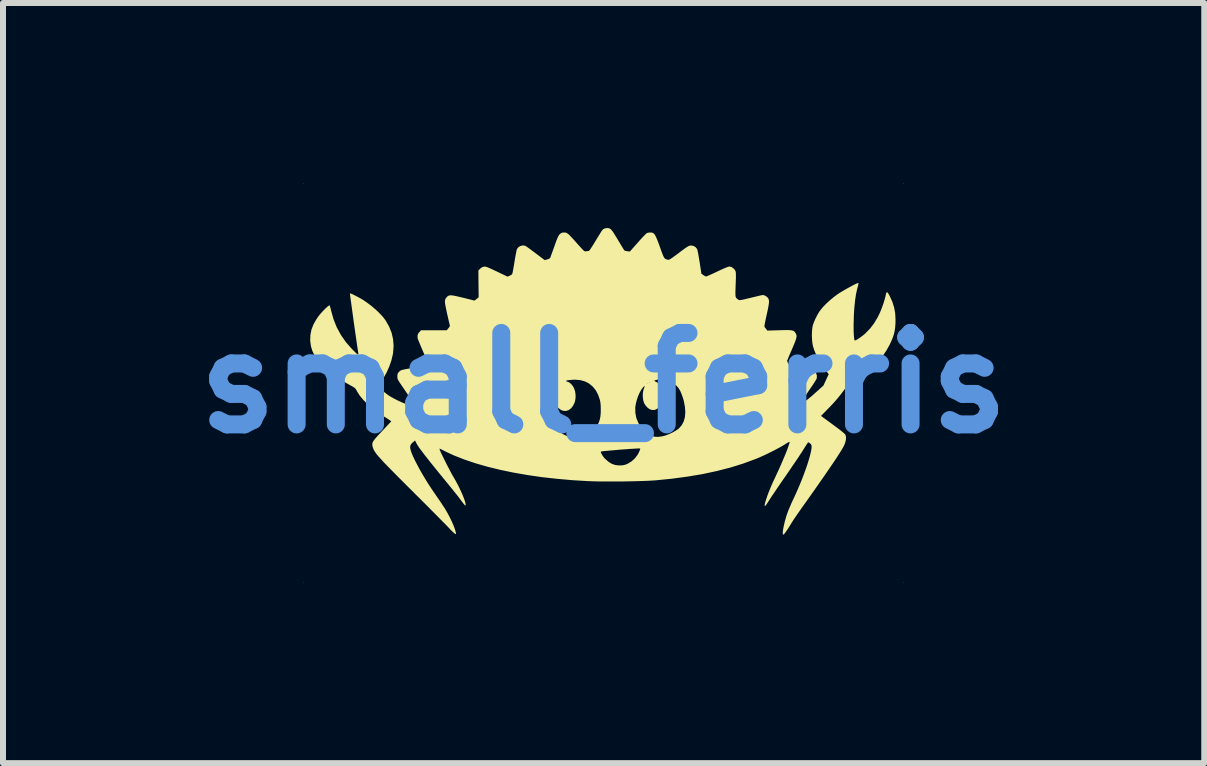
<source format=kicad_pcb>
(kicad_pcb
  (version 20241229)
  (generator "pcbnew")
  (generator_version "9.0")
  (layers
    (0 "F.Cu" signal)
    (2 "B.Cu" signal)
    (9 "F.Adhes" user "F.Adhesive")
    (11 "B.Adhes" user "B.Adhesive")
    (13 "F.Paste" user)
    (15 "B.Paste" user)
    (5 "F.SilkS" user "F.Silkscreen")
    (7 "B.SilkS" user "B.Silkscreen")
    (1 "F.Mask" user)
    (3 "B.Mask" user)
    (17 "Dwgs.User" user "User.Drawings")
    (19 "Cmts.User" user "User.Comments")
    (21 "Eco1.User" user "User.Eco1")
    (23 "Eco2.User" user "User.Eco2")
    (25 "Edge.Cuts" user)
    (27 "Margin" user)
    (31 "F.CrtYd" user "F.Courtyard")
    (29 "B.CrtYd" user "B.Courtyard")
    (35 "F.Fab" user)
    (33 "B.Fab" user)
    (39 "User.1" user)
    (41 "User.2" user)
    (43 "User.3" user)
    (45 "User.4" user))
  (footprint "small_ferris"
    (layer "F.Cu")
    (at 7.01 3.334)
    (property "Reference" "small_ferris" (at 0 0 0) (layer "Cmts.User") (effects (font (size 1.524 1.524) (thickness 0.3))))
    (attr board_only exclude_from_pos_files exclude_from_bom)
    (fp_poly (pts (xy -4.992 -3.33) (xy -4.996 -3.326) (xy -5 -3.33) (xy -4.996 -3.334)) (stroke (width 0) (type solid)) (fill yes) (layer "F.SilkS"))
    (fp_poly (pts (xy -4.992 3.33) (xy -4.996 3.334) (xy -5 3.33) (xy -4.996 3.326)) (stroke (width 0) (type solid)) (fill yes) (layer "F.SilkS"))
    (fp_poly (pts (xy 5 -3.33) (xy 4.996 -3.326) (xy 4.992 -3.33) (xy 4.996 -3.334)) (stroke (width 0) (type solid)) (fill yes) (layer "F.SilkS"))
    (fp_poly (pts (xy 5 3.33) (xy 4.996 3.334) (xy 4.992 3.33) (xy 4.996 3.326)) (stroke (width 0) (type solid)) (fill yes) (layer "F.SilkS"))
    (fp_poly (pts (xy 0.088 -2.58) (xy 0.106 -2.573) (xy 0.123 -2.56) (xy 0.142 -2.538) (xy 0.164 -2.508) (xy 0.19 -2.466) (xy 0.223 -2.412) (xy 0.238 -2.387) (xy 0.267 -2.339) (xy 0.292 -2.296) (xy 0.315 -2.259) (xy 0.332 -2.232) (xy 0.342 -2.215) (xy 0.345 -2.212) (xy 0.358 -2.205) (xy 0.381 -2.199) (xy 0.396 -2.197) (xy 0.438 -2.192) (xy 0.57 -2.341) (xy 0.608 -2.384) (xy 0.644 -2.423) (xy 0.675 -2.455) (xy 0.7 -2.481) (xy 0.717 -2.496) (xy 0.723 -2.5) (xy 0.744 -2.506) (xy 0.771 -2.509) (xy 0.779 -2.509) (xy 0.8 -2.508) (xy 0.818 -2.504) (xy 0.833 -2.495) (xy 0.848 -2.48) (xy 0.863 -2.456) (xy 0.879 -2.423) (xy 0.897 -2.379) (xy 0.919 -2.322) (xy 0.937 -2.272) (xy 0.959 -2.21) (xy 0.977 -2.162) (xy 0.991 -2.126) (xy 1.004 -2.1) (xy 1.015 -2.082) (xy 1.027 -2.071) (xy 1.04 -2.064) (xy 1.055 -2.059) (xy 1.071 -2.055) (xy 1.081 -2.054) (xy 1.091 -2.056) (xy 1.105 -2.063) (xy 1.124 -2.074) (xy 1.15 -2.092) (xy 1.185 -2.117) (xy 1.231 -2.151) (xy 1.242 -2.159) (xy 1.295 -2.2) (xy 1.338 -2.231) (xy 1.37 -2.254) (xy 1.396 -2.271) (xy 1.415 -2.282) (xy 1.431 -2.288) (xy 1.445 -2.291) (xy 1.459 -2.292) (xy 1.466 -2.292) (xy 1.5 -2.285) (xy 1.533 -2.265) (xy 1.557 -2.235) (xy 1.56 -2.232) (xy 1.563 -2.219) (xy 1.569 -2.192) (xy 1.577 -2.154) (xy 1.585 -2.107) (xy 1.594 -2.053) (xy 1.6 -2.018) (xy 1.63 -1.822) (xy 1.663 -1.799) (xy 1.685 -1.785) (xy 1.703 -1.777) (xy 1.708 -1.776) (xy 1.719 -1.779) (xy 1.743 -1.789) (xy 1.777 -1.804) (xy 1.819 -1.823) (xy 1.867 -1.845) (xy 1.896 -1.859) (xy 1.955 -1.887) (xy 2.006 -1.91) (xy 2.048 -1.927) (xy 2.078 -1.938) (xy 2.096 -1.942) (xy 2.096 -1.942) (xy 2.129 -1.935) (xy 2.16 -1.915) (xy 2.186 -1.888) (xy 2.194 -1.874) (xy 2.199 -1.864) (xy 2.202 -1.852) (xy 2.204 -1.836) (xy 2.205 -1.815) (xy 2.205 -1.785) (xy 2.205 -1.745) (xy 2.203 -1.693) (xy 2.201 -1.641) (xy 2.199 -1.576) (xy 2.197 -1.525) (xy 2.197 -1.487) (xy 2.198 -1.459) (xy 2.201 -1.439) (xy 2.207 -1.424) (xy 2.215 -1.413) (xy 2.226 -1.404) (xy 2.24 -1.393) (xy 2.243 -1.391) (xy 2.25 -1.386) (xy 2.258 -1.383) (xy 2.268 -1.382) (xy 2.283 -1.383) (xy 2.304 -1.386) (xy 2.335 -1.393) (xy 2.377 -1.403) (xy 2.432 -1.416) (xy 2.454 -1.421) (xy 2.508 -1.434) (xy 2.557 -1.446) (xy 2.599 -1.456) (xy 2.631 -1.463) (xy 2.651 -1.467) (xy 2.656 -1.467) (xy 2.681 -1.461) (xy 2.709 -1.446) (xy 2.733 -1.426) (xy 2.743 -1.414) (xy 2.75 -1.398) (xy 2.755 -1.381) (xy 2.757 -1.359) (xy 2.755 -1.331) (xy 2.75 -1.295) (xy 2.742 -1.248) (xy 2.729 -1.188) (xy 2.717 -1.133) (xy 2.705 -1.08) (xy 2.695 -1.031) (xy 2.687 -0.991) (xy 2.682 -0.96) (xy 2.68 -0.943) (xy 2.681 -0.939) (xy 2.689 -0.927) (xy 2.703 -0.908) (xy 2.708 -0.902) (xy 2.729 -0.874) (xy 2.929 -0.88) (xy 2.999 -0.882) (xy 3.054 -0.883) (xy 3.096 -0.882) (xy 3.128 -0.879) (xy 3.151 -0.874) (xy 3.169 -0.867) (xy 3.182 -0.856) (xy 3.193 -0.843) (xy 3.2 -0.831) (xy 3.209 -0.814) (xy 3.215 -0.796) (xy 3.216 -0.776) (xy 3.212 -0.752) (xy 3.203 -0.721) (xy 3.189 -0.681) (xy 3.168 -0.63) (xy 3.141 -0.567) (xy 3.138 -0.559) (xy 3.115 -0.507) (xy 3.095 -0.461) (xy 3.079 -0.421) (xy 3.067 -0.392) (xy 3.06 -0.373) (xy 3.058 -0.369) (xy 3.062 -0.358) (xy 3.071 -0.338) (xy 3.083 -0.317) (xy 3.095 -0.297) (xy 3.103 -0.285) (xy 3.106 -0.283) (xy 3.119 -0.282) (xy 3.146 -0.278) (xy 3.183 -0.272) (xy 3.227 -0.264) (xy 3.276 -0.256) (xy 3.325 -0.247) (xy 3.373 -0.238) (xy 3.416 -0.23) (xy 3.451 -0.223) (xy 3.476 -0.218) (xy 3.486 -0.215) (xy 3.518 -0.194) (xy 3.542 -0.163) (xy 3.554 -0.126) (xy 3.554 -0.087) (xy 3.551 -0.075) (xy 3.544 -0.06) (xy 3.529 -0.035) (xy 3.507 -0.000483) (xy 3.48 0.041) (xy 3.449 0.086) (xy 3.433 0.109) (xy 3.396 0.164) (xy 3.368 0.206) (xy 3.347 0.238) (xy 3.335 0.262) (xy 3.328 0.278) (xy 3.327 0.289) (xy 3.331 0.307) (xy 3.338 0.314) (xy 3.349 0.31) (xy 3.371 0.296) (xy 3.403 0.271) (xy 3.443 0.238) (xy 3.492 0.197) (xy 3.546 0.148) (xy 3.563 0.133) (xy 3.664 0.042) (xy 3.752 -0.148) (xy 3.699 -0.215) (xy 3.622 -0.323) (xy 3.559 -0.434) (xy 3.511 -0.547) (xy 3.49 -0.613) (xy 3.48 -0.664) (xy 3.474 -0.725) (xy 3.471 -0.79) (xy 3.473 -0.855) (xy 3.478 -0.913) (xy 3.486 -0.959) (xy 3.505 -1.013) (xy 3.531 -1.073) (xy 3.562 -1.134) (xy 3.595 -1.19) (xy 3.615 -1.217) (xy 3.659 -1.27) (xy 3.714 -1.326) (xy 3.776 -1.383) (xy 3.84 -1.436) (xy 3.904 -1.483) (xy 3.91 -1.487) (xy 3.945 -1.509) (xy 3.986 -1.534) (xy 4.031 -1.56) (xy 4.077 -1.586) (xy 4.123 -1.611) (xy 4.164 -1.633) (xy 4.199 -1.65) (xy 4.226 -1.662) (xy 4.241 -1.667) (xy 4.241 -1.667) (xy 4.246 -1.667) (xy 4.248 -1.663) (xy 4.248 -1.654) (xy 4.244 -1.637) (xy 4.237 -1.609) (xy 4.226 -1.567) (xy 4.226 -1.567) (xy 4.207 -1.482) (xy 4.192 -1.382) (xy 4.18 -1.265) (xy 4.175 -1.198) (xy 4.171 -1.123) (xy 4.169 -1.049) (xy 4.167 -0.978) (xy 4.167 -0.912) (xy 4.168 -0.851) (xy 4.171 -0.799) (xy 4.174 -0.757) (xy 4.178 -0.727) (xy 4.184 -0.711) (xy 4.187 -0.709) (xy 4.204 -0.714) (xy 4.23 -0.728) (xy 4.263 -0.749) (xy 4.298 -0.775) (xy 4.335 -0.803) (xy 4.368 -0.832) (xy 4.369 -0.834) (xy 4.443 -0.91) (xy 4.507 -0.994) (xy 4.564 -1.089) (xy 4.578 -1.116) (xy 4.608 -1.178) (xy 4.636 -1.248) (xy 4.662 -1.32) (xy 4.683 -1.388) (xy 4.699 -1.448) (xy 4.701 -1.461) (xy 4.708 -1.493) (xy 4.716 -1.51) (xy 4.726 -1.513) (xy 4.739 -1.501) (xy 4.756 -1.474) (xy 4.771 -1.445) (xy 4.813 -1.353) (xy 4.841 -1.263) (xy 4.859 -1.171) (xy 4.865 -1.071) (xy 4.865 -1.006) (xy 4.86 -0.932) (xy 4.851 -0.866) (xy 4.836 -0.805) (xy 4.814 -0.742) (xy 4.784 -0.673) (xy 4.767 -0.638) (xy 4.713 -0.541) (xy 4.651 -0.451) (xy 4.576 -0.362) (xy 4.521 -0.304) (xy 4.461 -0.246) (xy 4.402 -0.194) (xy 4.339 -0.143) (xy 4.27 -0.092) (xy 4.19 -0.036) (xy 4.173 -0.025) (xy 4.127 0.006) (xy 4.092 0.03) (xy 4.066 0.051) (xy 4.046 0.069) (xy 4.029 0.088) (xy 4.011 0.111) (xy 4.003 0.123) (xy 3.952 0.191) (xy 3.899 0.256) (xy 3.841 0.323) (xy 3.774 0.395) (xy 3.735 0.434) (xy 3.624 0.548) (xy 3.823 0.694) (xy 3.887 0.742) (xy 3.938 0.78) (xy 3.977 0.811) (xy 4.005 0.835) (xy 4.023 0.852) (xy 4.032 0.865) (xy 4.033 0.867) (xy 4.041 0.905) (xy 4.037 0.952) (xy 4.023 1.005) (xy 4.007 1.043) (xy 3.989 1.077) (xy 3.961 1.124) (xy 3.923 1.184) (xy 3.876 1.257) (xy 3.819 1.342) (xy 3.753 1.439) (xy 3.678 1.548) (xy 3.593 1.67) (xy 3.5 1.803) (xy 3.398 1.947) (xy 3.324 2.051) (xy 3.285 2.106) (xy 3.246 2.162) (xy 3.21 2.214) (xy 3.178 2.261) (xy 3.153 2.299) (xy 3.135 2.327) (xy 3.134 2.33) (xy 3.106 2.375) (xy 3.079 2.418) (xy 3.053 2.457) (xy 3.031 2.489) (xy 3.013 2.512) (xy 3.002 2.525) (xy 2.999 2.526) (xy 2.989 2.52) (xy 2.988 2.518) (xy 2.986 2.504) (xy 2.987 2.477) (xy 2.992 2.44) (xy 3 2.397) (xy 3.01 2.351) (xy 3.021 2.304) (xy 3.026 2.288) (xy 3.042 2.23) (xy 3.06 2.176) (xy 3.08 2.122) (xy 3.104 2.065) (xy 3.132 2) (xy 3.167 1.925) (xy 3.171 1.917) (xy 3.215 1.82) (xy 3.258 1.722) (xy 3.299 1.623) (xy 3.336 1.526) (xy 3.37 1.433) (xy 3.4 1.345) (xy 3.425 1.263) (xy 3.445 1.191) (xy 3.459 1.129) (xy 3.466 1.08) (xy 3.467 1.06) (xy 3.464 1.034) (xy 3.452 1.015) (xy 3.44 1.005) (xy 3.423 0.993) (xy 3.41 0.988) (xy 3.408 0.989) (xy 3.401 0.999) (xy 3.387 1.019) (xy 3.368 1.049) (xy 3.346 1.084) (xy 3.333 1.104) (xy 3.318 1.128) (xy 3.302 1.154) (xy 3.283 1.181) (xy 3.263 1.212) (xy 3.24 1.248) (xy 3.212 1.288) (xy 3.18 1.336) (xy 3.142 1.391) (xy 3.099 1.455) (xy 3.048 1.529) (xy 2.989 1.614) (xy 2.922 1.711) (xy 2.903 1.739) (xy 2.868 1.791) (xy 2.833 1.843) (xy 2.8 1.891) (xy 2.772 1.934) (xy 2.751 1.967) (xy 2.743 1.979) (xy 2.724 2.009) (xy 2.707 2.033) (xy 2.695 2.048) (xy 2.69 2.051) (xy 2.685 2.043) (xy 2.686 2.023) (xy 2.693 1.99) (xy 2.706 1.948) (xy 2.723 1.898) (xy 2.743 1.841) (xy 2.768 1.779) (xy 2.795 1.714) (xy 2.824 1.648) (xy 2.854 1.585) (xy 2.887 1.513) (xy 2.921 1.44) (xy 2.953 1.368) (xy 2.984 1.296) (xy 3.013 1.228) (xy 3.039 1.165) (xy 3.061 1.109) (xy 3.078 1.06) (xy 3.091 1.022) (xy 3.099 0.995) (xy 3.099 0.981) (xy 3.099 0.98) (xy 3.09 0.982) (xy 3.071 0.992) (xy 3.044 1.008) (xy 3.016 1.026) (xy 2.968 1.055) (xy 2.908 1.088) (xy 2.84 1.124) (xy 2.766 1.161) (xy 2.692 1.197) (xy 2.619 1.23) (xy 2.552 1.259) (xy 2.533 1.266) (xy 2.327 1.342) (xy 2.112 1.409) (xy 1.885 1.467) (xy 1.647 1.518) (xy 1.396 1.56) (xy 1.133 1.595) (xy 0.863 1.622) (xy 0.801 1.626) (xy 0.725 1.63) (xy 0.638 1.633) (xy 0.542 1.636) (xy 0.44 1.638) (xy 0.334 1.64) (xy 0.226 1.641) (xy 0.12 1.641) (xy 0.017 1.641) (xy -0.079 1.64) (xy -0.166 1.638) (xy -0.241 1.635) (xy -0.254 1.635) (xy -0.52 1.619) (xy -0.779 1.596) (xy -1.03 1.568) (xy -1.272 1.533) (xy -1.505 1.492) (xy -1.727 1.446) (xy -1.938 1.394) (xy -2.136 1.337) (xy -2.32 1.275) (xy -2.491 1.208) (xy -2.608 1.154) (xy -0.046 1.154) (xy -0.038 1.174) (xy -0.023 1.2) (xy -0.004 1.229) (xy 0.018 1.256) (xy 0.031 1.268) (xy 0.085 1.315) (xy 0.138 1.347) (xy 0.193 1.366) (xy 0.252 1.373) (xy 0.28 1.373) (xy 0.321 1.37) (xy 0.355 1.363) (xy 0.39 1.35) (xy 0.403 1.344) (xy 0.465 1.306) (xy 0.521 1.256) (xy 0.567 1.195) (xy 0.587 1.158) (xy 0.6 1.129) (xy 0.608 1.106) (xy 0.611 1.092) (xy 0.61 1.091) (xy 0.601 1.09) (xy 0.577 1.09) (xy 0.541 1.092) (xy 0.495 1.095) (xy 0.441 1.098) (xy 0.381 1.103) (xy 0.319 1.107) (xy 0.254 1.112) (xy 0.191 1.118) (xy 0.131 1.123) (xy 0.077 1.128) (xy 0.03 1.132) (xy -0.008 1.136) (xy -0.033 1.139) (xy -0.044 1.142) (xy -0.044 1.142) (xy -0.046 1.154) (xy -2.608 1.154) (xy -2.643 1.137) (xy -2.735 1.091) (xy -2.73 1.114) (xy -2.723 1.132) (xy -2.71 1.162) (xy -2.691 1.202) (xy -2.668 1.249) (xy -2.642 1.301) (xy -2.615 1.356) (xy -2.586 1.411) (xy -2.558 1.464) (xy -2.533 1.512) (xy -2.51 1.553) (xy -2.499 1.571) (xy -2.465 1.63) (xy -2.432 1.691) (xy -2.402 1.752) (xy -2.374 1.812) (xy -2.349 1.868) (xy -2.329 1.919) (xy -2.313 1.964) (xy -2.303 2) (xy -2.299 2.026) (xy -2.302 2.04) (xy -2.306 2.042) (xy -2.313 2.036) (xy -2.328 2.019) (xy -2.348 1.993) (xy -2.372 1.961) (xy -2.375 1.957) (xy -2.405 1.917) (xy -2.441 1.87) (xy -2.48 1.822) (xy -2.515 1.778) (xy -2.516 1.776) (xy -2.611 1.66) (xy -2.696 1.556) (xy -2.772 1.463) (xy -2.838 1.381) (xy -2.896 1.309) (xy -2.945 1.246) (xy -2.988 1.192) (xy -3.023 1.145) (xy -3.053 1.106) (xy -3.077 1.073) (xy -3.095 1.045) (xy -3.109 1.023) (xy -3.118 1.006) (xy -3.142 0.958) (xy -3.174 0.984) (xy -3.204 1.012) (xy -3.22 1.039) (xy -3.224 1.069) (xy -3.223 1.086) (xy -3.215 1.121) (xy -3.199 1.168) (xy -3.174 1.226) (xy -3.143 1.292) (xy -3.105 1.365) (xy -3.063 1.444) (xy -3.016 1.526) (xy -2.966 1.609) (xy -2.913 1.694) (xy -2.859 1.776) (xy -2.838 1.807) (xy -2.804 1.856) (xy -2.766 1.912) (xy -2.727 1.968) (xy -2.693 2.018) (xy -2.69 2.024) (xy -2.648 2.087) (xy -2.607 2.157) (xy -2.568 2.23) (xy -2.533 2.301) (xy -2.504 2.367) (xy -2.482 2.425) (xy -2.48 2.432) (xy -2.47 2.465) (xy -2.463 2.491) (xy -2.459 2.507) (xy -2.458 2.51) (xy -2.462 2.517) (xy -2.472 2.515) (xy -2.49 2.502) (xy -2.517 2.478) (xy -2.553 2.442) (xy -2.585 2.408) (xy -2.607 2.384) (xy -2.641 2.35) (xy -2.684 2.307) (xy -2.735 2.255) (xy -2.793 2.196) (xy -2.857 2.132) (xy -2.926 2.062) (xy -2.998 1.99) (xy -3.073 1.915) (xy -3.149 1.84) (xy -3.149 1.839) (xy -3.253 1.736) (xy -3.346 1.643) (xy -3.428 1.561) (xy -3.5 1.488) (xy -3.563 1.424) (xy -3.617 1.368) (xy -3.664 1.32) (xy -3.703 1.277) (xy -3.736 1.241) (xy -3.764 1.209) (xy -3.786 1.182) (xy -3.803 1.158) (xy -3.817 1.137) (xy -3.828 1.118) (xy -3.836 1.1) (xy -3.842 1.083) (xy -3.847 1.07) (xy -3.853 1.047) (xy -3.855 1.026) (xy -3.854 1.007) (xy -3.848 0.987) (xy -3.835 0.964) (xy -3.815 0.937) (xy -3.786 0.903) (xy -3.749 0.862) (xy -3.7 0.81) (xy -3.69 0.799) (xy -3.539 0.639) (xy -3.559 0.623) (xy -3.575 0.612) (xy -3.6 0.595) (xy -3.632 0.575) (xy -3.654 0.561) (xy -3.727 0.513) (xy -0.905 0.513) (xy -0.89 0.596) (xy -0.861 0.669) (xy -0.837 0.707) (xy -0.802 0.749) (xy -0.76 0.79) (xy -0.715 0.826) (xy -0.675 0.852) (xy -0.638 0.871) (xy -0.595 0.89) (xy -0.558 0.903) (xy -0.523 0.914) (xy -0.491 0.92) (xy -0.46 0.92) (xy -0.422 0.915) (xy -0.375 0.904) (xy -0.371 0.904) (xy -0.29 0.877) (xy -0.219 0.837) (xy -0.16 0.785) (xy -0.112 0.721) (xy -0.075 0.645) (xy -0.061 0.599) (xy -0.053 0.556) (xy -0.048 0.501) (xy -0.047 0.442) (xy -0.048 0.405) (xy 0.528 0.405) (xy 0.529 0.495) (xy 0.545 0.581) (xy 0.578 0.662) (xy 0.626 0.74) (xy 0.638 0.755) (xy 0.674 0.797) (xy 0.705 0.827) (xy 0.738 0.851) (xy 0.765 0.866) (xy 0.813 0.886) (xy 0.862 0.896) (xy 0.915 0.897) (xy 0.977 0.888) (xy 0.98 0.888) (xy 1.032 0.874) (xy 1.089 0.852) (xy 1.148 0.825) (xy 1.202 0.794) (xy 1.246 0.764) (xy 1.256 0.755) (xy 1.302 0.703) (xy 1.335 0.641) (xy 1.355 0.569) (xy 1.362 0.488) (xy 1.356 0.4) (xy 1.338 0.303) (xy 1.329 0.271) (xy 1.304 0.195) (xy 1.278 0.133) (xy 1.249 0.084) (xy 1.216 0.046) (xy 1.209 0.04) (xy 1.145 -0.008) (xy 1.077 -0.041) (xy 1.006 -0.059) (xy 0.934 -0.062) (xy 0.907 -0.058) (xy 0.878 -0.052) (xy 0.856 -0.046) (xy 0.846 -0.041) (xy 0.846 -0.041) (xy 0.85 -0.034) (xy 0.865 -0.024) (xy 0.873 -0.021) (xy 0.918 0.007) (xy 0.954 0.048) (xy 0.98 0.1) (xy 0.996 0.163) (xy 0.998 0.19) (xy 0.997 0.257) (xy 0.984 0.314) (xy 0.957 0.365) (xy 0.929 0.397) (xy 0.893 0.429) (xy 0.859 0.446) (xy 0.821 0.45) (xy 0.795 0.446) (xy 0.764 0.434) (xy 0.731 0.409) (xy 0.701 0.376) (xy 0.677 0.338) (xy 0.674 0.331) (xy 0.661 0.288) (xy 0.654 0.237) (xy 0.653 0.182) (xy 0.66 0.131) (xy 0.672 0.09) (xy 0.672 0.09) (xy 0.683 0.064) (xy 0.684 0.052) (xy 0.676 0.054) (xy 0.659 0.07) (xy 0.657 0.073) (xy 0.628 0.111) (xy 0.6 0.162) (xy 0.574 0.221) (xy 0.553 0.284) (xy 0.537 0.347) (xy 0.528 0.405) (xy -0.048 0.405) (xy -0.048 0.381) (xy -0.053 0.327) (xy -0.061 0.283) (xy -0.091 0.196) (xy -0.131 0.12) (xy -0.182 0.058) (xy -0.242 0.008) (xy -0.25 0.004) (xy 0.733 0.004) (xy 0.738 0.008) (xy 0.742 0.004) (xy 0.738 0) (xy 0.733 0.004) (xy -0.25 0.004) (xy -0.282 -0.013) (xy 0.758 -0.013) (xy 0.762 -0.008) (xy 0.767 -0.013) (xy 0.762 -0.017) (xy 0.758 -0.013) (xy -0.282 -0.013) (xy -0.311 -0.027) (xy -0.389 -0.049) (xy -0.475 -0.056) (xy -0.508 -0.055) (xy -0.559 -0.051) (xy -0.594 -0.047) (xy -0.616 -0.042) (xy -0.625 -0.035) (xy -0.625 -0.033) (xy -0.618 -0.027) (xy -0.602 -0.022) (xy -0.571 -0.009) (xy -0.54 0.017) (xy -0.511 0.053) (xy -0.495 0.081) (xy -0.476 0.134) (xy -0.467 0.195) (xy -0.468 0.257) (xy -0.479 0.315) (xy -0.484 0.328) (xy -0.508 0.377) (xy -0.539 0.418) (xy -0.576 0.447) (xy -0.587 0.453) (xy -0.63 0.466) (xy -0.672 0.463) (xy -0.713 0.447) (xy -0.75 0.419) (xy -0.781 0.381) (xy -0.805 0.334) (xy -0.82 0.28) (xy -0.825 0.228) (xy -0.826 0.203) (xy -0.829 0.187) (xy -0.831 0.183) (xy -0.837 0.191) (xy -0.847 0.209) (xy -0.856 0.231) (xy -0.888 0.331) (xy -0.904 0.425) (xy -0.905 0.513) (xy -3.727 0.513) (xy -3.756 0.495) (xy -3.849 0.425) (xy -3.932 0.355) (xy -4.003 0.283) (xy -4.061 0.214) (xy -4.105 0.146) (xy -4.115 0.127) (xy -4.126 0.108) (xy -4.136 0.093) (xy -4.15 0.08) (xy -4.171 0.066) (xy -4.202 0.048) (xy -4.225 0.036) (xy -4.355 -0.038) (xy -4.471 -0.112) (xy -4.571 -0.187) (xy -4.658 -0.264) (xy -4.697 -0.303) (xy -4.764 -0.381) (xy -4.816 -0.457) (xy -4.853 -0.533) (xy -4.877 -0.612) (xy -4.889 -0.695) (xy -4.89 -0.707) (xy -4.887 -0.798) (xy -4.87 -0.887) (xy -4.837 -0.974) (xy -4.788 -1.061) (xy -4.751 -1.115) (xy -4.726 -1.146) (xy -4.697 -1.179) (xy -4.666 -1.212) (xy -4.636 -1.242) (xy -4.609 -1.267) (xy -4.586 -1.286) (xy -4.571 -1.295) (xy -4.566 -1.295) (xy -4.562 -1.284) (xy -4.555 -1.261) (xy -4.547 -1.23) (xy -4.543 -1.212) (xy -4.503 -1.069) (xy -4.449 -0.932) (xy -4.379 -0.803) (xy -4.296 -0.683) (xy -4.198 -0.571) (xy -4.196 -0.569) (xy -4.164 -0.537) (xy -4.136 -0.509) (xy -4.113 -0.489) (xy -4.098 -0.477) (xy -4.094 -0.475) (xy -4.087 -0.482) (xy -4.088 -0.498) (xy -4.091 -0.519) (xy -4.097 -0.553) (xy -4.104 -0.598) (xy -4.112 -0.654) (xy -4.121 -0.717) (xy -4.131 -0.787) (xy -4.142 -0.862) (xy -4.153 -0.94) (xy -4.164 -1.018) (xy -4.175 -1.097) (xy -4.185 -1.173) (xy -4.195 -1.245) (xy -4.204 -1.311) (xy -4.212 -1.369) (xy -4.219 -1.419) (xy -4.224 -1.457) (xy -4.227 -1.483) (xy -4.228 -1.494) (xy -4.228 -1.494) (xy -4.219 -1.493) (xy -4.199 -1.486) (xy -4.169 -1.472) (xy -4.134 -1.454) (xy -4.095 -1.434) (xy -4.054 -1.412) (xy -4.016 -1.389) (xy -4.007 -1.384) (xy -3.934 -1.334) (xy -3.861 -1.278) (xy -3.791 -1.218) (xy -3.728 -1.157) (xy -3.674 -1.098) (xy -3.632 -1.042) (xy -3.632 -1.042) (xy -3.575 -0.941) (xy -3.533 -0.837) (xy -3.509 -0.731) (xy -3.5 -0.621) (xy -3.508 -0.509) (xy -3.513 -0.478) (xy -3.536 -0.379) (xy -3.572 -0.276) (xy -3.617 -0.175) (xy -3.671 -0.079) (xy -3.705 -0.028) (xy -3.725 0.001) (xy -3.74 0.027) (xy -3.749 0.045) (xy -3.75 0.049) (xy -3.743 0.064) (xy -3.726 0.086) (xy -3.699 0.113) (xy -3.666 0.143) (xy -3.628 0.173) (xy -3.59 0.201) (xy -3.552 0.226) (xy -3.547 0.229) (xy -3.507 0.251) (xy -3.464 0.274) (xy -3.419 0.296) (xy -3.376 0.316) (xy -3.338 0.333) (xy -3.307 0.344) (xy -3.288 0.35) (xy -3.285 0.35) (xy -3.269 0.344) (xy -3.25 0.329) (xy -3.231 0.31) (xy -3.217 0.29) (xy -3.211 0.275) (xy -3.211 0.271) (xy -3.217 0.26) (xy -3.232 0.238) (xy -3.253 0.207) (xy -3.279 0.168) (xy -3.309 0.124) (xy -3.322 0.104) (xy -0.808 0.104) (xy -0.804 0.108) (xy -0.8 0.104) (xy -0.804 0.1) (xy -0.808 0.104) (xy -3.322 0.104) (xy -3.327 0.097) (xy -3.334 0.088) (xy -0.8 0.088) (xy -0.796 0.092) (xy -0.792 0.088) (xy -0.796 0.083) (xy -0.8 0.088) (xy -3.334 0.088) (xy -3.345 0.071) (xy -0.792 0.071) (xy -0.787 0.075) (xy -0.783 0.071) (xy -0.787 0.067) (xy -0.792 0.071) (xy -3.345 0.071) (xy -3.357 0.054) (xy -0.783 0.054) (xy -0.779 0.058) (xy -0.775 0.054) (xy -0.779 0.05) (xy -0.783 0.054) (xy -3.357 0.054) (xy -3.362 0.047) (xy -3.389 0.007) (xy -3.408 -0.023) (xy -3.422 -0.045) (xy -3.43 -0.062) (xy -3.435 -0.077) (xy -3.437 -0.09) (xy -3.437 -0.105) (xy -3.438 -0.11) (xy -3.436 -0.139) (xy -3.432 -0.158) (xy -3.42 -0.175) (xy -3.408 -0.188) (xy -3.398 -0.198) (xy -3.388 -0.205) (xy -3.376 -0.212) (xy -3.36 -0.218) (xy -3.337 -0.223) (xy -3.306 -0.23) (xy -3.263 -0.238) (xy -3.206 -0.248) (xy -3.191 -0.251) (xy -3.137 -0.26) (xy -3.088 -0.268) (xy -3.047 -0.275) (xy -3.016 -0.28) (xy -2.997 -0.283) (xy -2.994 -0.283) (xy -2.985 -0.29) (xy -2.972 -0.308) (xy -2.962 -0.327) (xy -2.941 -0.371) (xy -3.02 -0.551) (xy -3.042 -0.603) (xy -3.062 -0.651) (xy -3.079 -0.692) (xy -3.092 -0.724) (xy -3.099 -0.745) (xy -3.1 -0.751) (xy -3.101 -0.788) (xy -3.095 -0.815) (xy -3.08 -0.839) (xy -3.071 -0.848) (xy -3.043 -0.879) (xy -2.615 -0.879) (xy -2.587 -0.912) (xy -2.571 -0.934) (xy -2.562 -0.952) (xy -2.562 -0.958) (xy -2.565 -0.97) (xy -2.571 -0.995) (xy -2.58 -1.032) (xy -2.59 -1.077) (xy -2.602 -1.129) (xy -2.609 -1.159) (xy -2.623 -1.225) (xy -2.634 -1.278) (xy -2.641 -1.318) (xy -2.645 -1.35) (xy -2.644 -1.373) (xy -2.64 -1.392) (xy -2.633 -1.407) (xy -2.622 -1.422) (xy -2.62 -1.425) (xy -2.606 -1.441) (xy -2.591 -1.452) (xy -2.574 -1.459) (xy -2.553 -1.462) (xy -2.525 -1.461) (xy -2.488 -1.455) (xy -2.441 -1.445) (xy -2.381 -1.431) (xy -2.343 -1.422) (xy -2.151 -1.374) (xy -2.116 -1.402) (xy -2.082 -1.429) (xy -2.085 -1.652) (xy -2.087 -1.875) (xy -2.058 -1.905) (xy -2.028 -1.929) (xy -1.996 -1.939) (xy -1.994 -1.94) (xy -1.982 -1.941) (xy -1.968 -1.939) (xy -1.951 -1.935) (xy -1.929 -1.927) (xy -1.898 -1.914) (xy -1.858 -1.896) (xy -1.806 -1.871) (xy -1.78 -1.859) (xy -1.6 -1.773) (xy -1.567 -1.788) (xy -1.544 -1.8) (xy -1.527 -1.811) (xy -1.524 -1.814) (xy -1.521 -1.825) (xy -1.515 -1.85) (xy -1.508 -1.886) (xy -1.5 -1.932) (xy -1.491 -1.984) (xy -1.486 -2.015) (xy -1.477 -2.071) (xy -1.468 -2.123) (xy -1.459 -2.168) (xy -1.452 -2.204) (xy -1.446 -2.227) (xy -1.444 -2.233) (xy -1.421 -2.263) (xy -1.389 -2.283) (xy -1.352 -2.293) (xy -1.315 -2.29) (xy -1.297 -2.283) (xy -1.286 -2.275) (xy -1.263 -2.259) (xy -1.231 -2.236) (xy -1.192 -2.207) (xy -1.149 -2.175) (xy -1.131 -2.161) (xy -0.982 -2.049) (xy -0.94 -2.06) (xy -0.915 -2.069) (xy -0.897 -2.078) (xy -0.892 -2.084) (xy -0.887 -2.095) (xy -0.878 -2.12) (xy -0.865 -2.155) (xy -0.849 -2.199) (xy -0.831 -2.249) (xy -0.821 -2.276) (xy -0.8 -2.336) (xy -0.783 -2.382) (xy -0.769 -2.417) (xy -0.757 -2.442) (xy -0.747 -2.46) (xy -0.737 -2.474) (xy -0.729 -2.482) (xy -0.708 -2.499) (xy -0.688 -2.507) (xy -0.659 -2.509) (xy -0.659 -2.509) (xy -0.643 -2.509) (xy -0.629 -2.506) (xy -0.615 -2.501) (xy -0.599 -2.491) (xy -0.58 -2.476) (xy -0.557 -2.453) (xy -0.528 -2.422) (xy -0.49 -2.381) (xy -0.444 -2.329) (xy -0.441 -2.325) (xy -0.401 -2.281) (xy -0.371 -2.248) (xy -0.349 -2.224) (xy -0.332 -2.208) (xy -0.32 -2.199) (xy -0.31 -2.195) (xy -0.301 -2.194) (xy -0.292 -2.196) (xy -0.268 -2.199) (xy -0.249 -2.201) (xy -0.248 -2.201) (xy -0.239 -2.208) (xy -0.222 -2.229) (xy -0.198 -2.266) (xy -0.166 -2.316) (xy -0.134 -2.37) (xy -0.104 -2.419) (xy -0.076 -2.464) (xy -0.052 -2.503) (xy -0.032 -2.534) (xy -0.017 -2.554) (xy -0.013 -2.559) (xy 0.017 -2.576) (xy 0.048 -2.582) (xy 0.069 -2.583)) (stroke (width 0) (type solid)) (fill yes) (layer "F.SilkS")))
  (gr_rect
    (start -3 -3)
    (end 17.021 9.669)
    (stroke (width 0.1) (type default))
    (fill no)
    (layer "Edge.Cuts")))
</source>
